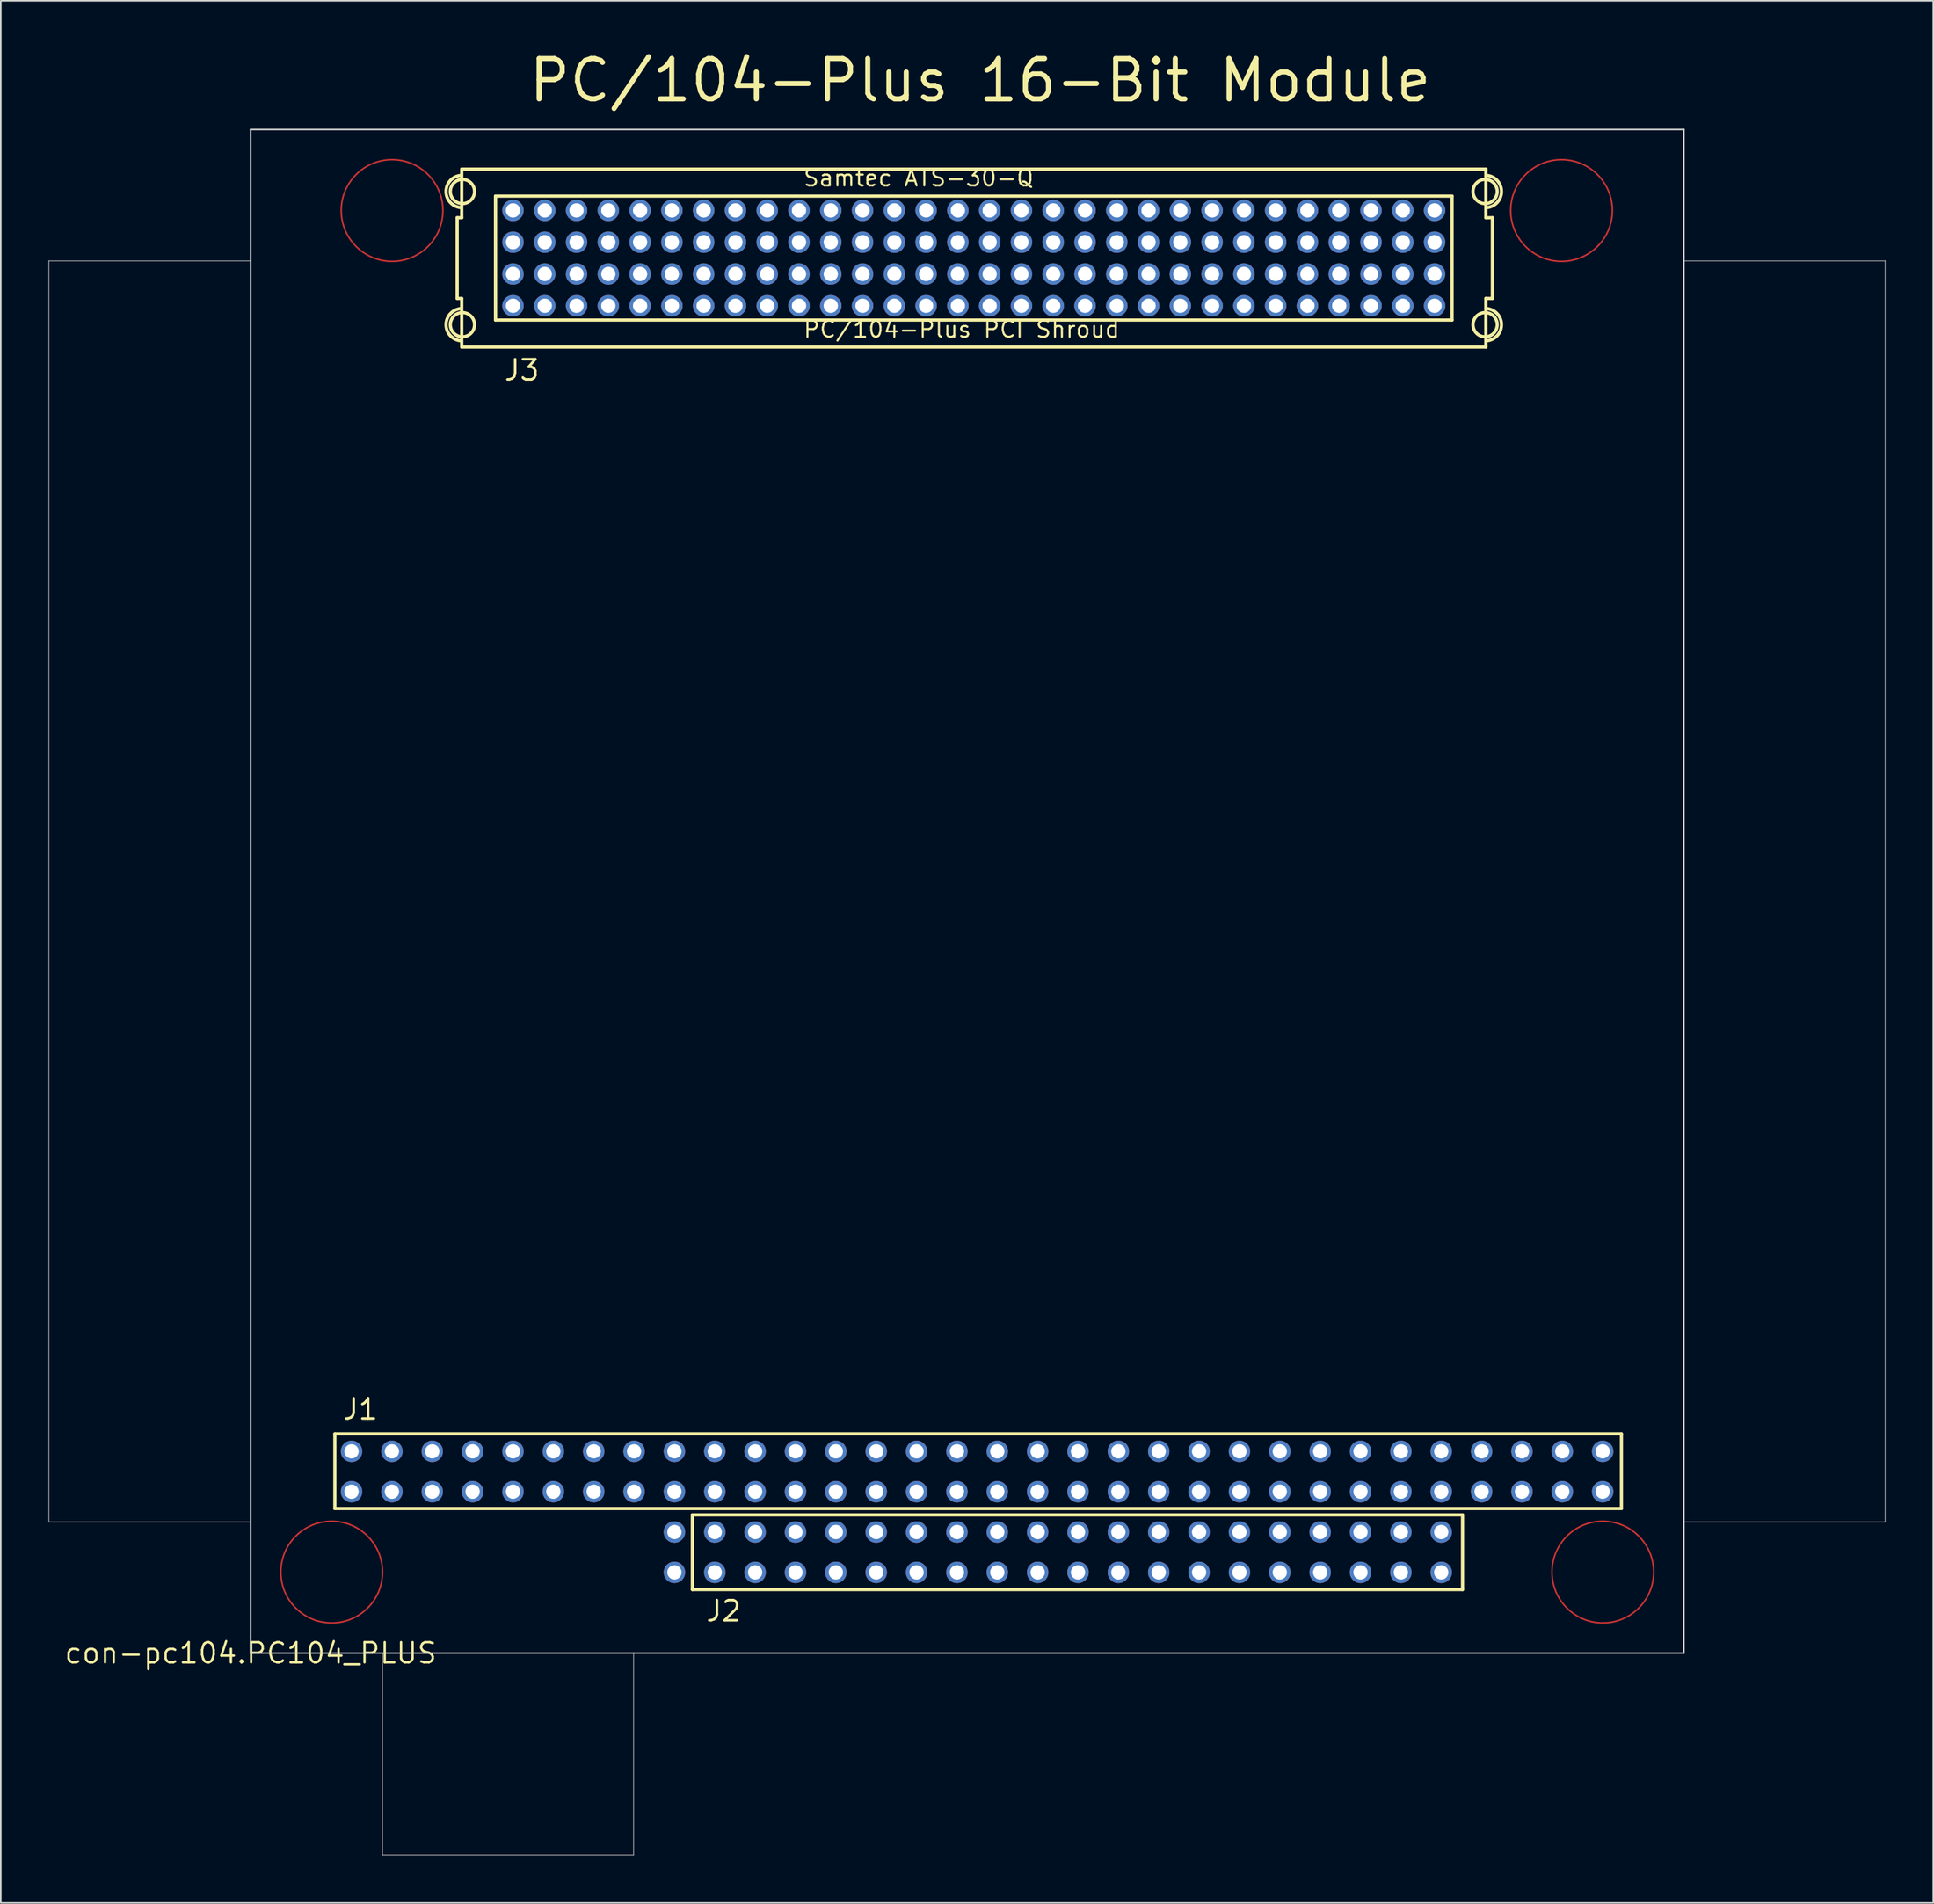
<source format=kicad_pcb>
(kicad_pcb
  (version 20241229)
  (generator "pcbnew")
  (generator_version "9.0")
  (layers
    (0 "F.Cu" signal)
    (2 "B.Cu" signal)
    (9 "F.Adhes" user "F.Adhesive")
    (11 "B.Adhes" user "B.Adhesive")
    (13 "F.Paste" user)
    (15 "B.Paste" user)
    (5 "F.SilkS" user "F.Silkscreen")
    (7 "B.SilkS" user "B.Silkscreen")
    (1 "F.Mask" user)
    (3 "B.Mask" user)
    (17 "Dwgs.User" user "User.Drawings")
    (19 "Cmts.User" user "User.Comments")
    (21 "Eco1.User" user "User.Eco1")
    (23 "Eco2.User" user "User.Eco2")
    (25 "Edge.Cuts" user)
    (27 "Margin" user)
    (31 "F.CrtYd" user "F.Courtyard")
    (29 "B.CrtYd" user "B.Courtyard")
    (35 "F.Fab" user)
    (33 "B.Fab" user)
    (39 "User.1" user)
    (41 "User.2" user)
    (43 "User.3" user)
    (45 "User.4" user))
  (footprint "con-pc104.PC104_PLUS"
    (layer "F.Cu")
    (at 12.725 101)
    (property "Reference" "con-pc104.PC104_PLUS" (at 0 0 0) (layer "F.SilkS") (effects (font (size 1.27 1.27) (thickness 0.15))))
    (attr through_hole)
    (fp_circle (center 5.1 -5.1) (end 8.3 -5.1) (stroke (width 0.1) (type default)) (fill no) (layer "F.Cu"))
    (fp_circle (center 8.9 -90.8) (end 12.1 -90.8) (stroke (width 0.1) (type default)) (fill no) (layer "F.Cu"))
    (fp_circle (center 82.5 -90.8) (end 85.7 -90.8) (stroke (width 0.1) (type default)) (fill no) (layer "F.Cu"))
    (fp_circle (center 85.1 -5.1) (end 88.3 -5.1) (stroke (width 0.1) (type default)) (fill no) (layer "F.Cu"))
    (fp_line (start 5.3 -13.8) (end 86.27 -13.8) (stroke (width 0.203) (type default)) (layer "F.SilkS"))
    (fp_line (start 5.3 -9.1) (end 5.3 -13.8) (stroke (width 0.203) (type default)) (layer "F.SilkS"))
    (fp_line (start 12.998 -90.345) (end 13.283 -90.345) (stroke (width 0.203) (type default)) (layer "F.SilkS"))
    (fp_line (start 12.998 -85.265) (end 12.998 -90.345) (stroke (width 0.203) (type default)) (layer "F.SilkS"))
    (fp_line (start 13.283 -93.405) (end 77.737 -93.405) (stroke (width 0.203) (type default)) (layer "F.SilkS"))
    (fp_line (start 13.283 -90.345) (end 13.283 -93.405) (stroke (width 0.203) (type default)) (layer "F.SilkS"))
    (fp_line (start 13.283 -85.265) (end 12.998 -85.265) (stroke (width 0.203) (type default)) (layer "F.SilkS"))
    (fp_line (start 13.283 -82.205) (end 13.283 -85.265) (stroke (width 0.203) (type default)) (layer "F.SilkS"))
    (fp_line (start 15.41 -91.705) (end 75.61 -91.705) (stroke (width 0.203) (type default)) (layer "F.SilkS"))
    (fp_line (start 15.41 -83.905) (end 15.41 -91.705) (stroke (width 0.203) (type default)) (layer "F.SilkS"))
    (fp_line (start 27.8 -8.7) (end 76.27 -8.7) (stroke (width 0.203) (type default)) (layer "F.SilkS"))
    (fp_line (start 27.8 -4) (end 27.8 -8.7) (stroke (width 0.203) (type default)) (layer "F.SilkS"))
    (fp_line (start 75.61 -91.705) (end 75.61 -83.905) (stroke (width 0.203) (type default)) (layer "F.SilkS"))
    (fp_line (start 75.61 -83.905) (end 15.41 -83.905) (stroke (width 0.203) (type default)) (layer "F.SilkS"))
    (fp_line (start 76.27 -8.7) (end 76.27 -4) (stroke (width 0.203) (type default)) (layer "F.SilkS"))
    (fp_line (start 76.27 -4) (end 27.8 -4) (stroke (width 0.203) (type default)) (layer "F.SilkS"))
    (fp_line (start 77.737 -93.405) (end 77.737 -90.345) (stroke (width 0.203) (type default)) (layer "F.SilkS"))
    (fp_line (start 77.737 -90.345) (end 78.149 -90.345) (stroke (width 0.203) (type default)) (layer "F.SilkS"))
    (fp_line (start 77.737 -85.265) (end 77.737 -82.205) (stroke (width 0.203) (type default)) (layer "F.SilkS"))
    (fp_line (start 77.737 -82.205) (end 13.283 -82.205) (stroke (width 0.203) (type default)) (layer "F.SilkS"))
    (fp_line (start 78.149 -90.345) (end 78.149 -85.265) (stroke (width 0.203) (type default)) (layer "F.SilkS"))
    (fp_line (start 78.149 -85.265) (end 77.737 -85.265) (stroke (width 0.203) (type default)) (layer "F.SilkS"))
    (fp_line (start 86.27 -13.8) (end 86.27 -9.1) (stroke (width 0.203) (type default)) (layer "F.SilkS"))
    (fp_line (start 86.27 -9.1) (end 5.3 -9.1) (stroke (width 0.203) (type default)) (layer "F.SilkS"))
    (fp_arc (start 13.252 -90.98) (mid 12.297518 -91.996) (end 13.252 -93.012) (stroke (width 0.2032) (type default)) (layer "F.SilkS"))
    (fp_arc (start 13.252 -82.598) (mid 12.297518 -83.614) (end 13.252 -84.63) (stroke (width 0.2032) (type default)) (layer "F.SilkS"))
    (fp_arc (start 77.768 -93.012) (mid 78.722482 -91.996) (end 77.768 -90.98) (stroke (width 0.2032) (type default)) (layer "F.SilkS"))
    (fp_arc (start 77.768 -84.63) (mid 78.722482 -83.614) (end 77.768 -82.598) (stroke (width 0.2032) (type default)) (layer "F.SilkS"))
    (fp_circle (center 13.328 -91.996) (end 14.09 -91.996) (stroke (width 0.203) (type default)) (fill no) (layer "F.SilkS"))
    (fp_circle (center 13.328 -83.614) (end 14.09 -83.614) (stroke (width 0.203) (type default)) (fill no) (layer "F.SilkS"))
    (fp_circle (center 77.692 -91.996) (end 78.454 -91.996) (stroke (width 0.203) (type default)) (fill no) (layer "F.SilkS"))
    (fp_circle (center 77.692 -83.614) (end 78.454 -83.614) (stroke (width 0.203) (type default)) (fill no) (layer "F.SilkS"))
    (fp_line (start 0 -95.9) (end 0 0) (stroke (width 0.1) (type default)) (layer "Edge.Cuts"))
    (fp_line (start 0 0) (end 90.2 0) (stroke (width 0.1) (type default)) (layer "Edge.Cuts"))
    (fp_line (start 90.2 -95.9) (end 0 -95.9) (stroke (width 0.1) (type default)) (layer "Edge.Cuts"))
    (fp_line (start 90.2 0) (end 90.2 -95.9) (stroke (width 0.1) (type default)) (layer "Edge.Cuts"))
    (fp_line (start -12.7 -87.63) (end -12.7 -8.255) (stroke (width 0.051) (type default)) (layer "F.Fab"))
    (fp_line (start -12.7 -8.255) (end 0 -8.255) (stroke (width 0.051) (type default)) (layer "F.Fab"))
    (fp_line (start 0 -87.63) (end -12.7 -87.63) (stroke (width 0.051) (type default)) (layer "F.Fab"))
    (fp_line (start 8.3 0) (end 8.3 12.7) (stroke (width 0.051) (type default)) (layer "F.Fab"))
    (fp_line (start 8.3 12.7) (end 24.1 12.7) (stroke (width 0.051) (type default)) (layer "F.Fab"))
    (fp_line (start 24.1 12.7) (end 24.1 0) (stroke (width 0.051) (type default)) (layer "F.Fab"))
    (fp_line (start 90.221 -8.255) (end 102.87 -8.255) (stroke (width 0.051) (type default)) (layer "F.Fab"))
    (fp_line (start 102.87 -87.63) (end 90.17 -87.63) (stroke (width 0.051) (type default)) (layer "F.Fab"))
    (fp_line (start 102.87 -8.255) (end 102.87 -87.63) (stroke (width 0.051) (type default)) (layer "F.Fab"))
    (fp_text user "J2" (at 28.575 -1.905 0) (layer "F.SilkS") (effects (font (size 1.27 1.27) (thickness 0.16)) (justify left bottom)))
    (fp_text user "PC/104-Plus 16-Bit Module" (at 17.34 -97.5 0) (layer "F.SilkS") (effects (font (size 2.54 2.54) (thickness 0.32)) (justify left bottom)))
    (fp_text user "J3" (at 15.875 -80.01 0) (layer "F.SilkS") (effects (font (size 1.27 1.27) (thickness 0.16)) (justify left bottom)))
    (fp_text user "J1" (at 5.715 -14.605 0) (layer "F.SilkS") (effects (font (size 1.27 1.27) (thickness 0.16)) (justify left bottom)))
    (fp_text user "PC/104-Plus PCI Shroud" (at 34.715 -82.725 0) (layer "F.SilkS") (effects (font (size 1.016 1.016) (thickness 0.13)) (justify left bottom)))
    (fp_text user "Samtec ATS-30-Q" (at 34.715 -92.25 0) (layer "F.SilkS") (effects (font (size 1.016 1.016) (thickness 0.13)) (justify left bottom)))
    (pad "A1" thru_hole circle (at 6.35 -10.16) (size 1.35 1.35) (drill 0.9) (layers "*.Cu" "*.Mask"))
    (pad "A2" thru_hole circle (at 8.89 -10.16) (size 1.35 1.35) (drill 0.9) (layers "*.Cu" "*.Mask"))
    (pad "A3" thru_hole circle (at 11.43 -10.16) (size 1.35 1.35) (drill 0.9) (layers "*.Cu" "*.Mask"))
    (pad "A4" thru_hole circle (at 13.97 -10.16) (size 1.35 1.35) (drill 0.9) (layers "*.Cu" "*.Mask"))
    (pad "A5" thru_hole circle (at 16.51 -10.16) (size 1.35 1.35) (drill 0.9) (layers "*.Cu" "*.Mask"))
    (pad "A6" thru_hole circle (at 19.05 -10.16) (size 1.35 1.35) (drill 0.9) (layers "*.Cu" "*.Mask"))
    (pad "A7" thru_hole circle (at 21.59 -10.16) (size 1.35 1.35) (drill 0.9) (layers "*.Cu" "*.Mask"))
    (pad "A8" thru_hole circle (at 24.13 -10.16) (size 1.35 1.35) (drill 0.9) (layers "*.Cu" "*.Mask"))
    (pad "A9" thru_hole circle (at 26.67 -10.16) (size 1.35 1.35) (drill 0.9) (layers "*.Cu" "*.Mask"))
    (pad "A10" thru_hole circle (at 29.21 -10.16) (size 1.35 1.35) (drill 0.9) (layers "*.Cu" "*.Mask"))
    (pad "A11" thru_hole circle (at 31.75 -10.16) (size 1.35 1.35) (drill 0.9) (layers "*.Cu" "*.Mask"))
    (pad "A12" thru_hole circle (at 34.29 -10.16) (size 1.35 1.35) (drill 0.9) (layers "*.Cu" "*.Mask"))
    (pad "A13" thru_hole circle (at 36.83 -10.16) (size 1.35 1.35) (drill 0.9) (layers "*.Cu" "*.Mask"))
    (pad "A14" thru_hole circle (at 39.37 -10.16) (size 1.35 1.35) (drill 0.9) (layers "*.Cu" "*.Mask"))
    (pad "A15" thru_hole circle (at 41.91 -10.16) (size 1.35 1.35) (drill 0.9) (layers "*.Cu" "*.Mask"))
    (pad "A16" thru_hole circle (at 44.45 -10.16) (size 1.35 1.35) (drill 0.9) (layers "*.Cu" "*.Mask"))
    (pad "A17" thru_hole circle (at 46.99 -10.16) (size 1.35 1.35) (drill 0.9) (layers "*.Cu" "*.Mask"))
    (pad "A18" thru_hole circle (at 49.53 -10.16) (size 1.35 1.35) (drill 0.9) (layers "*.Cu" "*.Mask"))
    (pad "A19" thru_hole circle (at 52.07 -10.16) (size 1.35 1.35) (drill 0.9) (layers "*.Cu" "*.Mask"))
    (pad "A20" thru_hole circle (at 54.61 -10.16) (size 1.35 1.35) (drill 0.9) (layers "*.Cu" "*.Mask"))
    (pad "A21" thru_hole circle (at 57.15 -10.16) (size 1.35 1.35) (drill 0.9) (layers "*.Cu" "*.Mask"))
    (pad "A22" thru_hole circle (at 59.69 -10.16) (size 1.35 1.35) (drill 0.9) (layers "*.Cu" "*.Mask"))
    (pad "A23" thru_hole circle (at 62.23 -10.16) (size 1.35 1.35) (drill 0.9) (layers "*.Cu" "*.Mask"))
    (pad "A24" thru_hole circle (at 64.77 -10.16) (size 1.35 1.35) (drill 0.9) (layers "*.Cu" "*.Mask"))
    (pad "A25" thru_hole circle (at 67.31 -10.16) (size 1.35 1.35) (drill 0.9) (layers "*.Cu" "*.Mask"))
    (pad "A26" thru_hole circle (at 69.85 -10.16) (size 1.35 1.35) (drill 0.9) (layers "*.Cu" "*.Mask"))
    (pad "A27" thru_hole circle (at 72.39 -10.16) (size 1.35 1.35) (drill 0.9) (layers "*.Cu" "*.Mask"))
    (pad "A28" thru_hole circle (at 74.93 -10.16) (size 1.35 1.35) (drill 0.9) (layers "*.Cu" "*.Mask"))
    (pad "A29" thru_hole circle (at 77.47 -10.16) (size 1.35 1.35) (drill 0.9) (layers "*.Cu" "*.Mask"))
    (pad "A30" thru_hole circle (at 80.01 -10.16) (size 1.35 1.35) (drill 0.9) (layers "*.Cu" "*.Mask"))
    (pad "A31" thru_hole circle (at 82.55 -10.16) (size 1.35 1.35) (drill 0.9) (layers "*.Cu" "*.Mask"))
    (pad "A32" thru_hole circle (at 85.09 -10.16) (size 1.35 1.35) (drill 0.9) (layers "*.Cu" "*.Mask"))
    (pad "B1" thru_hole circle (at 6.35 -12.7) (size 1.35 1.35) (drill 0.9) (layers "*.Cu" "*.Mask"))
    (pad "B2" thru_hole circle (at 8.89 -12.7) (size 1.35 1.35) (drill 0.9) (layers "*.Cu" "*.Mask"))
    (pad "B3" thru_hole circle (at 11.43 -12.7) (size 1.35 1.35) (drill 0.9) (layers "*.Cu" "*.Mask"))
    (pad "B4" thru_hole circle (at 13.97 -12.7) (size 1.35 1.35) (drill 0.9) (layers "*.Cu" "*.Mask"))
    (pad "B5" thru_hole circle (at 16.51 -12.7) (size 1.35 1.35) (drill 0.9) (layers "*.Cu" "*.Mask"))
    (pad "B6" thru_hole circle (at 19.05 -12.7) (size 1.35 1.35) (drill 0.9) (layers "*.Cu" "*.Mask"))
    (pad "B7" thru_hole circle (at 21.59 -12.7) (size 1.35 1.35) (drill 0.9) (layers "*.Cu" "*.Mask"))
    (pad "B8" thru_hole circle (at 24.13 -12.7) (size 1.35 1.35) (drill 0.9) (layers "*.Cu" "*.Mask"))
    (pad "B9" thru_hole circle (at 26.67 -12.7) (size 1.35 1.35) (drill 0.9) (layers "*.Cu" "*.Mask"))
    (pad "B10" thru_hole circle (at 29.21 -12.7) (size 1.35 1.35) (drill 0.9) (layers "*.Cu" "*.Mask"))
    (pad "B11" thru_hole circle (at 31.75 -12.7) (size 1.35 1.35) (drill 0.9) (layers "*.Cu" "*.Mask"))
    (pad "B12" thru_hole circle (at 34.29 -12.7) (size 1.35 1.35) (drill 0.9) (layers "*.Cu" "*.Mask"))
    (pad "B13" thru_hole circle (at 36.83 -12.7) (size 1.35 1.35) (drill 0.9) (layers "*.Cu" "*.Mask"))
    (pad "B14" thru_hole circle (at 39.37 -12.7) (size 1.35 1.35) (drill 0.9) (layers "*.Cu" "*.Mask"))
    (pad "B15" thru_hole circle (at 41.91 -12.7) (size 1.35 1.35) (drill 0.9) (layers "*.Cu" "*.Mask"))
    (pad "B16" thru_hole circle (at 44.45 -12.7) (size 1.35 1.35) (drill 0.9) (layers "*.Cu" "*.Mask"))
    (pad "B17" thru_hole circle (at 46.99 -12.7) (size 1.35 1.35) (drill 0.9) (layers "*.Cu" "*.Mask"))
    (pad "B18" thru_hole circle (at 49.53 -12.7) (size 1.35 1.35) (drill 0.9) (layers "*.Cu" "*.Mask"))
    (pad "B19" thru_hole circle (at 52.07 -12.7) (size 1.35 1.35) (drill 0.9) (layers "*.Cu" "*.Mask"))
    (pad "B20" thru_hole circle (at 54.61 -12.7) (size 1.35 1.35) (drill 0.9) (layers "*.Cu" "*.Mask"))
    (pad "B21" thru_hole circle (at 57.15 -12.7) (size 1.35 1.35) (drill 0.9) (layers "*.Cu" "*.Mask"))
    (pad "B22" thru_hole circle (at 59.69 -12.7) (size 1.35 1.35) (drill 0.9) (layers "*.Cu" "*.Mask"))
    (pad "B23" thru_hole circle (at 62.23 -12.7) (size 1.35 1.35) (drill 0.9) (layers "*.Cu" "*.Mask"))
    (pad "B24" thru_hole circle (at 64.77 -12.7) (size 1.35 1.35) (drill 0.9) (layers "*.Cu" "*.Mask"))
    (pad "B25" thru_hole circle (at 67.31 -12.7) (size 1.35 1.35) (drill 0.9) (layers "*.Cu" "*.Mask"))
    (pad "B26" thru_hole circle (at 69.85 -12.7) (size 1.35 1.35) (drill 0.9) (layers "*.Cu" "*.Mask"))
    (pad "B27" thru_hole circle (at 72.39 -12.7) (size 1.35 1.35) (drill 0.9) (layers "*.Cu" "*.Mask"))
    (pad "B28" thru_hole circle (at 74.93 -12.7) (size 1.35 1.35) (drill 0.9) (layers "*.Cu" "*.Mask"))
    (pad "B29" thru_hole circle (at 77.47 -12.7) (size 1.35 1.35) (drill 0.9) (layers "*.Cu" "*.Mask"))
    (pad "B30" thru_hole circle (at 80.01 -12.7) (size 1.35 1.35) (drill 0.9) (layers "*.Cu" "*.Mask"))
    (pad "B31" thru_hole circle (at 82.55 -12.7) (size 1.35 1.35) (drill 0.9) (layers "*.Cu" "*.Mask"))
    (pad "B32" thru_hole circle (at 85.09 -12.7) (size 1.35 1.35) (drill 0.9) (layers "*.Cu" "*.Mask"))
    (pad "C0" thru_hole circle (at 26.67 -7.62) (size 1.35 1.35) (drill 0.9) (layers "*.Cu" "*.Mask"))
    (pad "C1" thru_hole circle (at 29.21 -7.62) (size 1.35 1.35) (drill 0.9) (layers "*.Cu" "*.Mask"))
    (pad "C2" thru_hole circle (at 31.75 -7.62) (size 1.35 1.35) (drill 0.9) (layers "*.Cu" "*.Mask"))
    (pad "C3" thru_hole circle (at 34.29 -7.62) (size 1.35 1.35) (drill 0.9) (layers "*.Cu" "*.Mask"))
    (pad "C4" thru_hole circle (at 36.83 -7.62) (size 1.35 1.35) (drill 0.9) (layers "*.Cu" "*.Mask"))
    (pad "C5" thru_hole circle (at 39.37 -7.62) (size 1.35 1.35) (drill 0.9) (layers "*.Cu" "*.Mask"))
    (pad "C6" thru_hole circle (at 41.91 -7.62) (size 1.35 1.35) (drill 0.9) (layers "*.Cu" "*.Mask"))
    (pad "C7" thru_hole circle (at 44.45 -7.62) (size 1.35 1.35) (drill 0.9) (layers "*.Cu" "*.Mask"))
    (pad "C8" thru_hole circle (at 46.99 -7.62) (size 1.35 1.35) (drill 0.9) (layers "*.Cu" "*.Mask"))
    (pad "C9" thru_hole circle (at 49.53 -7.62) (size 1.35 1.35) (drill 0.9) (layers "*.Cu" "*.Mask"))
    (pad "C10" thru_hole circle (at 52.07 -7.62) (size 1.35 1.35) (drill 0.9) (layers "*.Cu" "*.Mask"))
    (pad "C11" thru_hole circle (at 54.61 -7.62) (size 1.35 1.35) (drill 0.9) (layers "*.Cu" "*.Mask"))
    (pad "C12" thru_hole circle (at 57.15 -7.62) (size 1.35 1.35) (drill 0.9) (layers "*.Cu" "*.Mask"))
    (pad "C13" thru_hole circle (at 59.69 -7.62) (size 1.35 1.35) (drill 0.9) (layers "*.Cu" "*.Mask"))
    (pad "C14" thru_hole circle (at 62.23 -7.62) (size 1.35 1.35) (drill 0.9) (layers "*.Cu" "*.Mask"))
    (pad "C15" thru_hole circle (at 64.77 -7.62) (size 1.35 1.35) (drill 0.9) (layers "*.Cu" "*.Mask"))
    (pad "C16" thru_hole circle (at 67.31 -7.62) (size 1.35 1.35) (drill 0.9) (layers "*.Cu" "*.Mask"))
    (pad "C17" thru_hole circle (at 69.85 -7.62) (size 1.35 1.35) (drill 0.9) (layers "*.Cu" "*.Mask"))
    (pad "C18" thru_hole circle (at 72.39 -7.62) (size 1.35 1.35) (drill 0.9) (layers "*.Cu" "*.Mask"))
    (pad "C19" thru_hole circle (at 74.93 -7.62) (size 1.35 1.35) (drill 0.9) (layers "*.Cu" "*.Mask"))
    (pad "D0" thru_hole circle (at 26.67 -5.08) (size 1.35 1.35) (drill 0.9) (layers "*.Cu" "*.Mask"))
    (pad "D1" thru_hole circle (at 29.21 -5.08) (size 1.35 1.35) (drill 0.9) (layers "*.Cu" "*.Mask"))
    (pad "D2" thru_hole circle (at 31.75 -5.08) (size 1.35 1.35) (drill 0.9) (layers "*.Cu" "*.Mask"))
    (pad "D3" thru_hole circle (at 34.29 -5.08) (size 1.35 1.35) (drill 0.9) (layers "*.Cu" "*.Mask"))
    (pad "D4" thru_hole circle (at 36.83 -5.08) (size 1.35 1.35) (drill 0.9) (layers "*.Cu" "*.Mask"))
    (pad "D5" thru_hole circle (at 39.37 -5.08) (size 1.35 1.35) (drill 0.9) (layers "*.Cu" "*.Mask"))
    (pad "D6" thru_hole circle (at 41.91 -5.08) (size 1.35 1.35) (drill 0.9) (layers "*.Cu" "*.Mask"))
    (pad "D7" thru_hole circle (at 44.45 -5.08) (size 1.35 1.35) (drill 0.9) (layers "*.Cu" "*.Mask"))
    (pad "D8" thru_hole circle (at 46.99 -5.08) (size 1.35 1.35) (drill 0.9) (layers "*.Cu" "*.Mask"))
    (pad "D9" thru_hole circle (at 49.53 -5.08) (size 1.35 1.35) (drill 0.9) (layers "*.Cu" "*.Mask"))
    (pad "D10" thru_hole circle (at 52.07 -5.08) (size 1.35 1.35) (drill 0.9) (layers "*.Cu" "*.Mask"))
    (pad "D11" thru_hole circle (at 54.61 -5.08) (size 1.35 1.35) (drill 0.9) (layers "*.Cu" "*.Mask"))
    (pad "D12" thru_hole circle (at 57.15 -5.08) (size 1.35 1.35) (drill 0.9) (layers "*.Cu" "*.Mask"))
    (pad "D13" thru_hole circle (at 59.69 -5.08) (size 1.35 1.35) (drill 0.9) (layers "*.Cu" "*.Mask"))
    (pad "D14" thru_hole circle (at 62.23 -5.08) (size 1.35 1.35) (drill 0.9) (layers "*.Cu" "*.Mask"))
    (pad "D15" thru_hole circle (at 64.77 -5.08) (size 1.35 1.35) (drill 0.9) (layers "*.Cu" "*.Mask"))
    (pad "D16" thru_hole circle (at 67.31 -5.08) (size 1.35 1.35) (drill 0.9) (layers "*.Cu" "*.Mask"))
    (pad "D17" thru_hole circle (at 69.85 -5.08) (size 1.35 1.35) (drill 0.9) (layers "*.Cu" "*.Mask"))
    (pad "D18" thru_hole circle (at 72.39 -5.08) (size 1.35 1.35) (drill 0.9) (layers "*.Cu" "*.Mask"))
    (pad "D19" thru_hole circle (at 74.93 -5.08) (size 1.35 1.35) (drill 0.9) (layers "*.Cu" "*.Mask"))
    (pad "J3-A1" thru_hole circle (at 16.51 -84.805) (size 1.35 1.35) (drill 0.9) (layers "*.Cu" "*.Mask"))
    (pad "J3-A2" thru_hole circle (at 18.51 -84.805) (size 1.35 1.35) (drill 0.9) (layers "*.Cu" "*.Mask"))
    (pad "J3-A3" thru_hole circle (at 20.51 -84.805) (size 1.35 1.35) (drill 0.9) (layers "*.Cu" "*.Mask"))
    (pad "J3-A4" thru_hole circle (at 22.51 -84.805) (size 1.35 1.35) (drill 0.9) (layers "*.Cu" "*.Mask"))
    (pad "J3-A5" thru_hole circle (at 24.51 -84.805) (size 1.35 1.35) (drill 0.9) (layers "*.Cu" "*.Mask"))
    (pad "J3-A6" thru_hole circle (at 26.51 -84.805) (size 1.35 1.35) (drill 0.9) (layers "*.Cu" "*.Mask"))
    (pad "J3-A7" thru_hole circle (at 28.51 -84.805) (size 1.35 1.35) (drill 0.9) (layers "*.Cu" "*.Mask"))
    (pad "J3-A8" thru_hole circle (at 30.51 -84.805) (size 1.35 1.35) (drill 0.9) (layers "*.Cu" "*.Mask"))
    (pad "J3-A9" thru_hole circle (at 32.51 -84.805) (size 1.35 1.35) (drill 0.9) (layers "*.Cu" "*.Mask"))
    (pad "J3-A10" thru_hole circle (at 34.51 -84.805) (size 1.35 1.35) (drill 0.9) (layers "*.Cu" "*.Mask"))
    (pad "J3-A11" thru_hole circle (at 36.51 -84.805) (size 1.35 1.35) (drill 0.9) (layers "*.Cu" "*.Mask"))
    (pad "J3-A12" thru_hole circle (at 38.51 -84.805) (size 1.35 1.35) (drill 0.9) (layers "*.Cu" "*.Mask"))
    (pad "J3-A13" thru_hole circle (at 40.51 -84.805) (size 1.35 1.35) (drill 0.9) (layers "*.Cu" "*.Mask"))
    (pad "J3-A14" thru_hole circle (at 42.51 -84.805) (size 1.35 1.35) (drill 0.9) (layers "*.Cu" "*.Mask"))
    (pad "J3-A15" thru_hole circle (at 44.51 -84.805) (size 1.35 1.35) (drill 0.9) (layers "*.Cu" "*.Mask"))
    (pad "J3-A16" thru_hole circle (at 46.51 -84.805) (size 1.35 1.35) (drill 0.9) (layers "*.Cu" "*.Mask"))
    (pad "J3-A17" thru_hole circle (at 48.51 -84.805) (size 1.35 1.35) (drill 0.9) (layers "*.Cu" "*.Mask"))
    (pad "J3-A18" thru_hole circle (at 50.51 -84.805) (size 1.35 1.35) (drill 0.9) (layers "*.Cu" "*.Mask"))
    (pad "J3-A19" thru_hole circle (at 52.51 -84.805) (size 1.35 1.35) (drill 0.9) (layers "*.Cu" "*.Mask"))
    (pad "J3-A20" thru_hole circle (at 54.51 -84.805) (size 1.35 1.35) (drill 0.9) (layers "*.Cu" "*.Mask"))
    (pad "J3-A21" thru_hole circle (at 56.51 -84.805) (size 1.35 1.35) (drill 0.9) (layers "*.Cu" "*.Mask"))
    (pad "J3-A22" thru_hole circle (at 58.51 -84.805) (size 1.35 1.35) (drill 0.9) (layers "*.Cu" "*.Mask"))
    (pad "J3-A23" thru_hole circle (at 60.51 -84.805) (size 1.35 1.35) (drill 0.9) (layers "*.Cu" "*.Mask"))
    (pad "J3-A24" thru_hole circle (at 62.51 -84.805) (size 1.35 1.35) (drill 0.9) (layers "*.Cu" "*.Mask"))
    (pad "J3-A25" thru_hole circle (at 64.51 -84.805) (size 1.35 1.35) (drill 0.9) (layers "*.Cu" "*.Mask"))
    (pad "J3-A26" thru_hole circle (at 66.51 -84.805) (size 1.35 1.35) (drill 0.9) (layers "*.Cu" "*.Mask"))
    (pad "J3-A27" thru_hole circle (at 68.51 -84.805) (size 1.35 1.35) (drill 0.9) (layers "*.Cu" "*.Mask"))
    (pad "J3-A28" thru_hole circle (at 70.51 -84.805) (size 1.35 1.35) (drill 0.9) (layers "*.Cu" "*.Mask"))
    (pad "J3-A29" thru_hole circle (at 72.51 -84.805) (size 1.35 1.35) (drill 0.9) (layers "*.Cu" "*.Mask"))
    (pad "J3-A30" thru_hole circle (at 74.51 -84.805) (size 1.35 1.35) (drill 0.9) (layers "*.Cu" "*.Mask"))
    (pad "J3-B1" thru_hole circle (at 16.51 -86.805) (size 1.35 1.35) (drill 0.9) (layers "*.Cu" "*.Mask"))
    (pad "J3-B2" thru_hole circle (at 18.51 -86.805) (size 1.35 1.35) (drill 0.9) (layers "*.Cu" "*.Mask"))
    (pad "J3-B3" thru_hole circle (at 20.51 -86.805) (size 1.35 1.35) (drill 0.9) (layers "*.Cu" "*.Mask"))
    (pad "J3-B4" thru_hole circle (at 22.51 -86.805) (size 1.35 1.35) (drill 0.9) (layers "*.Cu" "*.Mask"))
    (pad "J3-B5" thru_hole circle (at 24.51 -86.805) (size 1.35 1.35) (drill 0.9) (layers "*.Cu" "*.Mask"))
    (pad "J3-B6" thru_hole circle (at 26.51 -86.805) (size 1.35 1.35) (drill 0.9) (layers "*.Cu" "*.Mask"))
    (pad "J3-B7" thru_hole circle (at 28.51 -86.805) (size 1.35 1.35) (drill 0.9) (layers "*.Cu" "*.Mask"))
    (pad "J3-B8" thru_hole circle (at 30.51 -86.805) (size 1.35 1.35) (drill 0.9) (layers "*.Cu" "*.Mask"))
    (pad "J3-B9" thru_hole circle (at 32.51 -86.805) (size 1.35 1.35) (drill 0.9) (layers "*.Cu" "*.Mask"))
    (pad "J3-B10" thru_hole circle (at 34.51 -86.805) (size 1.35 1.35) (drill 0.9) (layers "*.Cu" "*.Mask"))
    (pad "J3-B11" thru_hole circle (at 36.51 -86.805) (size 1.35 1.35) (drill 0.9) (layers "*.Cu" "*.Mask"))
    (pad "J3-B12" thru_hole circle (at 38.51 -86.805) (size 1.35 1.35) (drill 0.9) (layers "*.Cu" "*.Mask"))
    (pad "J3-B13" thru_hole circle (at 40.51 -86.805) (size 1.35 1.35) (drill 0.9) (layers "*.Cu" "*.Mask"))
    (pad "J3-B14" thru_hole circle (at 42.51 -86.805) (size 1.35 1.35) (drill 0.9) (layers "*.Cu" "*.Mask"))
    (pad "J3-B15" thru_hole circle (at 44.51 -86.805) (size 1.35 1.35) (drill 0.9) (layers "*.Cu" "*.Mask"))
    (pad "J3-B16" thru_hole circle (at 46.51 -86.805) (size 1.35 1.35) (drill 0.9) (layers "*.Cu" "*.Mask"))
    (pad "J3-B17" thru_hole circle (at 48.51 -86.805) (size 1.35 1.35) (drill 0.9) (layers "*.Cu" "*.Mask"))
    (pad "J3-B18" thru_hole circle (at 50.51 -86.805) (size 1.35 1.35) (drill 0.9) (layers "*.Cu" "*.Mask"))
    (pad "J3-B19" thru_hole circle (at 52.51 -86.805) (size 1.35 1.35) (drill 0.9) (layers "*.Cu" "*.Mask"))
    (pad "J3-B20" thru_hole circle (at 54.51 -86.805) (size 1.35 1.35) (drill 0.9) (layers "*.Cu" "*.Mask"))
    (pad "J3-B21" thru_hole circle (at 56.51 -86.805) (size 1.35 1.35) (drill 0.9) (layers "*.Cu" "*.Mask"))
    (pad "J3-B22" thru_hole circle (at 58.51 -86.805) (size 1.35 1.35) (drill 0.9) (layers "*.Cu" "*.Mask"))
    (pad "J3-B23" thru_hole circle (at 60.51 -86.805) (size 1.35 1.35) (drill 0.9) (layers "*.Cu" "*.Mask"))
    (pad "J3-B24" thru_hole circle (at 62.51 -86.805) (size 1.35 1.35) (drill 0.9) (layers "*.Cu" "*.Mask"))
    (pad "J3-B25" thru_hole circle (at 64.51 -86.805) (size 1.35 1.35) (drill 0.9) (layers "*.Cu" "*.Mask"))
    (pad "J3-B26" thru_hole circle (at 66.51 -86.805) (size 1.35 1.35) (drill 0.9) (layers "*.Cu" "*.Mask"))
    (pad "J3-B27" thru_hole circle (at 68.51 -86.805) (size 1.35 1.35) (drill 0.9) (layers "*.Cu" "*.Mask"))
    (pad "J3-B28" thru_hole circle (at 70.51 -86.805) (size 1.35 1.35) (drill 0.9) (layers "*.Cu" "*.Mask"))
    (pad "J3-B29" thru_hole circle (at 72.51 -86.805) (size 1.35 1.35) (drill 0.9) (layers "*.Cu" "*.Mask"))
    (pad "J3-B30" thru_hole circle (at 74.51 -86.805) (size 1.35 1.35) (drill 0.9) (layers "*.Cu" "*.Mask"))
    (pad "J3-C1" thru_hole circle (at 16.51 -88.805) (size 1.35 1.35) (drill 0.9) (layers "*.Cu" "*.Mask"))
    (pad "J3-C2" thru_hole circle (at 18.51 -88.805) (size 1.35 1.35) (drill 0.9) (layers "*.Cu" "*.Mask"))
    (pad "J3-C3" thru_hole circle (at 20.51 -88.805) (size 1.35 1.35) (drill 0.9) (layers "*.Cu" "*.Mask"))
    (pad "J3-C4" thru_hole circle (at 22.51 -88.805) (size 1.35 1.35) (drill 0.9) (layers "*.Cu" "*.Mask"))
    (pad "J3-C5" thru_hole circle (at 24.51 -88.805) (size 1.35 1.35) (drill 0.9) (layers "*.Cu" "*.Mask"))
    (pad "J3-C6" thru_hole circle (at 26.51 -88.805) (size 1.35 1.35) (drill 0.9) (layers "*.Cu" "*.Mask"))
    (pad "J3-C7" thru_hole circle (at 28.51 -88.805) (size 1.35 1.35) (drill 0.9) (layers "*.Cu" "*.Mask"))
    (pad "J3-C8" thru_hole circle (at 30.51 -88.805) (size 1.35 1.35) (drill 0.9) (layers "*.Cu" "*.Mask"))
    (pad "J3-C9" thru_hole circle (at 32.51 -88.805) (size 1.35 1.35) (drill 0.9) (layers "*.Cu" "*.Mask"))
    (pad "J3-C10" thru_hole circle (at 34.51 -88.805) (size 1.35 1.35) (drill 0.9) (layers "*.Cu" "*.Mask"))
    (pad "J3-C11" thru_hole circle (at 36.51 -88.805) (size 1.35 1.35) (drill 0.9) (layers "*.Cu" "*.Mask"))
    (pad "J3-C12" thru_hole circle (at 38.51 -88.805) (size 1.35 1.35) (drill 0.9) (layers "*.Cu" "*.Mask"))
    (pad "J3-C13" thru_hole circle (at 40.51 -88.805) (size 1.35 1.35) (drill 0.9) (layers "*.Cu" "*.Mask"))
    (pad "J3-C14" thru_hole circle (at 42.51 -88.805) (size 1.35 1.35) (drill 0.9) (layers "*.Cu" "*.Mask"))
    (pad "J3-C15" thru_hole circle (at 44.51 -88.805) (size 1.35 1.35) (drill 0.9) (layers "*.Cu" "*.Mask"))
    (pad "J3-C16" thru_hole circle (at 46.51 -88.805) (size 1.35 1.35) (drill 0.9) (layers "*.Cu" "*.Mask"))
    (pad "J3-C17" thru_hole circle (at 48.51 -88.805) (size 1.35 1.35) (drill 0.9) (layers "*.Cu" "*.Mask"))
    (pad "J3-C18" thru_hole circle (at 50.51 -88.805) (size 1.35 1.35) (drill 0.9) (layers "*.Cu" "*.Mask"))
    (pad "J3-C19" thru_hole circle (at 52.51 -88.805) (size 1.35 1.35) (drill 0.9) (layers "*.Cu" "*.Mask"))
    (pad "J3-C20" thru_hole circle (at 54.51 -88.805) (size 1.35 1.35) (drill 0.9) (layers "*.Cu" "*.Mask"))
    (pad "J3-C21" thru_hole circle (at 56.51 -88.805) (size 1.35 1.35) (drill 0.9) (layers "*.Cu" "*.Mask"))
    (pad "J3-C22" thru_hole circle (at 58.51 -88.805) (size 1.35 1.35) (drill 0.9) (layers "*.Cu" "*.Mask"))
    (pad "J3-C23" thru_hole circle (at 60.51 -88.805) (size 1.35 1.35) (drill 0.9) (layers "*.Cu" "*.Mask"))
    (pad "J3-C24" thru_hole circle (at 62.51 -88.805) (size 1.35 1.35) (drill 0.9) (layers "*.Cu" "*.Mask"))
    (pad "J3-C25" thru_hole circle (at 64.51 -88.805) (size 1.35 1.35) (drill 0.9) (layers "*.Cu" "*.Mask"))
    (pad "J3-C26" thru_hole circle (at 66.51 -88.805) (size 1.35 1.35) (drill 0.9) (layers "*.Cu" "*.Mask"))
    (pad "J3-C27" thru_hole circle (at 68.51 -88.805) (size 1.35 1.35) (drill 0.9) (layers "*.Cu" "*.Mask"))
    (pad "J3-C28" thru_hole circle (at 70.51 -88.805) (size 1.35 1.35) (drill 0.9) (layers "*.Cu" "*.Mask"))
    (pad "J3-C29" thru_hole circle (at 72.51 -88.805) (size 1.35 1.35) (drill 0.9) (layers "*.Cu" "*.Mask"))
    (pad "J3-C30" thru_hole circle (at 74.51 -88.805) (size 1.35 1.35) (drill 0.9) (layers "*.Cu" "*.Mask"))
    (pad "J3-D1" thru_hole circle (at 16.51 -90.805) (size 1.35 1.35) (drill 0.9) (layers "*.Cu" "*.Mask"))
    (pad "J3-D2" thru_hole circle (at 18.51 -90.805) (size 1.35 1.35) (drill 0.9) (layers "*.Cu" "*.Mask"))
    (pad "J3-D3" thru_hole circle (at 20.51 -90.805) (size 1.35 1.35) (drill 0.9) (layers "*.Cu" "*.Mask"))
    (pad "J3-D4" thru_hole circle (at 22.51 -90.805) (size 1.35 1.35) (drill 0.9) (layers "*.Cu" "*.Mask"))
    (pad "J3-D5" thru_hole circle (at 24.51 -90.805) (size 1.35 1.35) (drill 0.9) (layers "*.Cu" "*.Mask"))
    (pad "J3-D6" thru_hole circle (at 26.51 -90.805) (size 1.35 1.35) (drill 0.9) (layers "*.Cu" "*.Mask"))
    (pad "J3-D7" thru_hole circle (at 28.51 -90.805) (size 1.35 1.35) (drill 0.9) (layers "*.Cu" "*.Mask"))
    (pad "J3-D8" thru_hole circle (at 30.51 -90.805) (size 1.35 1.35) (drill 0.9) (layers "*.Cu" "*.Mask"))
    (pad "J3-D9" thru_hole circle (at 32.51 -90.805) (size 1.35 1.35) (drill 0.9) (layers "*.Cu" "*.Mask"))
    (pad "J3-D10" thru_hole circle (at 34.51 -90.805) (size 1.35 1.35) (drill 0.9) (layers "*.Cu" "*.Mask"))
    (pad "J3-D11" thru_hole circle (at 36.51 -90.805) (size 1.35 1.35) (drill 0.9) (layers "*.Cu" "*.Mask"))
    (pad "J3-D12" thru_hole circle (at 38.51 -90.805) (size 1.35 1.35) (drill 0.9) (layers "*.Cu" "*.Mask"))
    (pad "J3-D13" thru_hole circle (at 40.51 -90.805) (size 1.35 1.35) (drill 0.9) (layers "*.Cu" "*.Mask"))
    (pad "J3-D14" thru_hole circle (at 42.51 -90.805) (size 1.35 1.35) (drill 0.9) (layers "*.Cu" "*.Mask"))
    (pad "J3-D15" thru_hole circle (at 44.51 -90.805) (size 1.35 1.35) (drill 0.9) (layers "*.Cu" "*.Mask"))
    (pad "J3-D16" thru_hole circle (at 46.51 -90.805) (size 1.35 1.35) (drill 0.9) (layers "*.Cu" "*.Mask"))
    (pad "J3-D17" thru_hole circle (at 48.51 -90.805) (size 1.35 1.35) (drill 0.9) (layers "*.Cu" "*.Mask"))
    (pad "J3-D18" thru_hole circle (at 50.51 -90.805) (size 1.35 1.35) (drill 0.9) (layers "*.Cu" "*.Mask"))
    (pad "J3-D19" thru_hole circle (at 52.51 -90.805) (size 1.35 1.35) (drill 0.9) (layers "*.Cu" "*.Mask"))
    (pad "J3-D20" thru_hole circle (at 54.51 -90.805) (size 1.35 1.35) (drill 0.9) (layers "*.Cu" "*.Mask"))
    (pad "J3-D21" thru_hole circle (at 56.51 -90.805) (size 1.35 1.35) (drill 0.9) (layers "*.Cu" "*.Mask"))
    (pad "J3-D22" thru_hole circle (at 58.51 -90.805) (size 1.35 1.35) (drill 0.9) (layers "*.Cu" "*.Mask"))
    (pad "J3-D23" thru_hole circle (at 60.51 -90.805) (size 1.35 1.35) (drill 0.9) (layers "*.Cu" "*.Mask"))
    (pad "J3-D24" thru_hole circle (at 62.51 -90.805) (size 1.35 1.35) (drill 0.9) (layers "*.Cu" "*.Mask"))
    (pad "J3-D25" thru_hole circle (at 64.51 -90.805) (size 1.35 1.35) (drill 0.9) (layers "*.Cu" "*.Mask"))
    (pad "J3-D26" thru_hole circle (at 66.51 -90.805) (size 1.35 1.35) (drill 0.9) (layers "*.Cu" "*.Mask"))
    (pad "J3-D27" thru_hole circle (at 68.51 -90.805) (size 1.35 1.35) (drill 0.9) (layers "*.Cu" "*.Mask"))
    (pad "J3-D28" thru_hole circle (at 70.51 -90.805) (size 1.35 1.35) (drill 0.9) (layers "*.Cu" "*.Mask"))
    (pad "J3-D29" thru_hole circle (at 72.51 -90.805) (size 1.35 1.35) (drill 0.9) (layers "*.Cu" "*.Mask"))
    (pad "J3-D30" thru_hole circle (at 74.51 -90.805) (size 1.35 1.35) (drill 0.9) (layers "*.Cu" "*.Mask")))
  (gr_rect
    (start -3 -3)
    (end 118.621 116.725)
    (stroke (width 0.1) (type default))
    (fill no)
    (layer "Edge.Cuts")))
</source>
